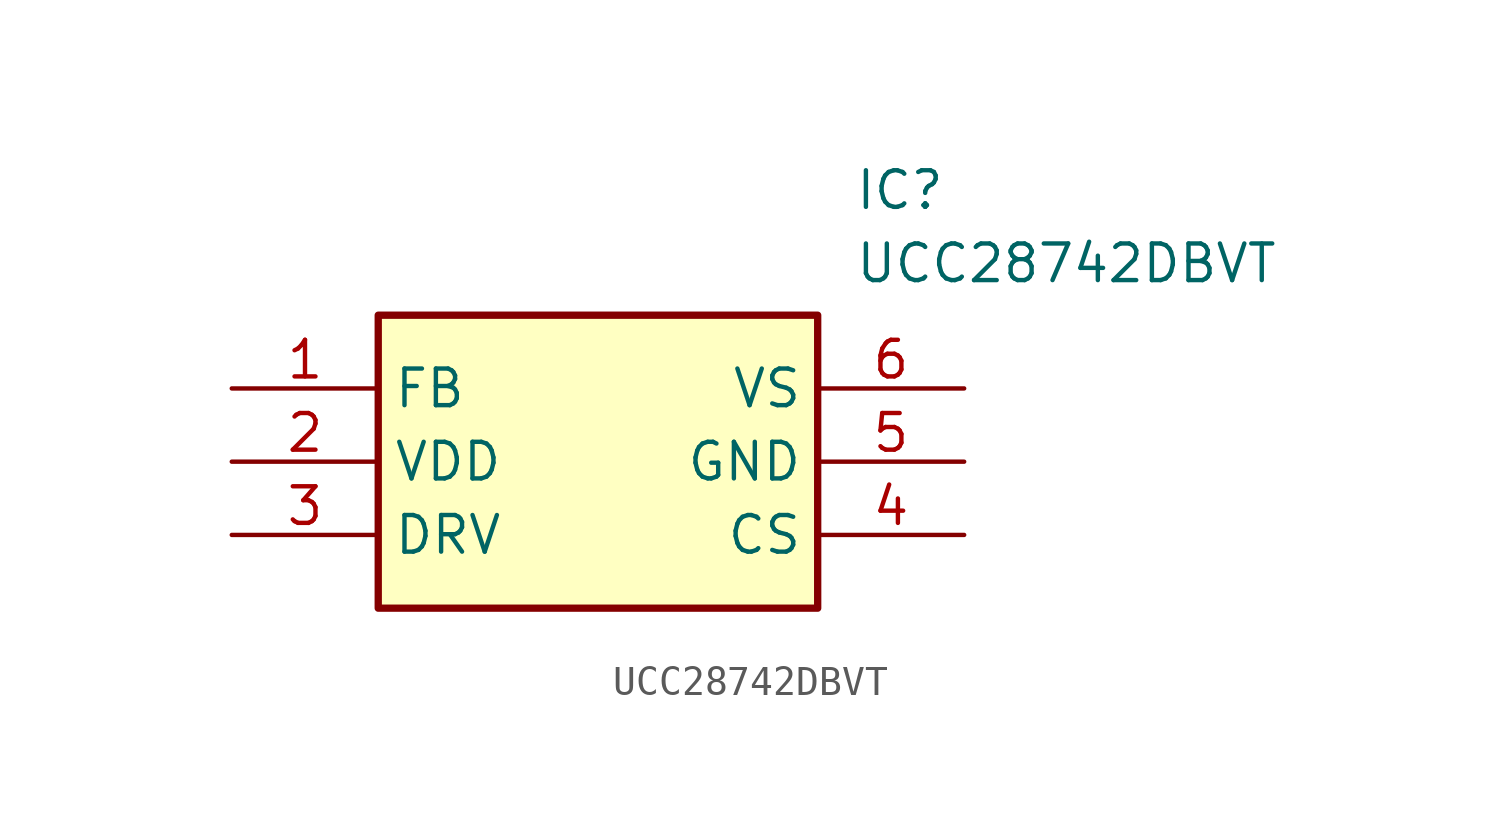
<source format=kicad_sym>
(kicad_symbol_lib
  (version 20211014)
  (generator SamacSys_ECAD_Model)
  (symbol "UCC28742DBVT"
    (property "Reference" "IC"
      (at 21.59 7.62 0)
      (effects (font (size 1.27 1.27)) (justify left top)))
    (property "Value" "UCC28742DBVT"
      (at 21.59 5.08 0)
      (effects (font (size 1.27 1.27)) (justify left top)))
    (rectangle
      (start 5.08 2.54)
      (end 20.32 -7.62)
      (stroke (width 0.254) (type default))
      (fill (type background)))
    (pin passive line
      (at 0 0 0)
      (length 5.08)
      (name "FB" (effects (font (size 1.27 1.27))))
      (number "1" (effects (font (size 1.27 1.27)))))
    (pin passive line
      (at 0 -2.54 0)
      (length 5.08)
      (name "VDD" (effects (font (size 1.27 1.27))))
      (number "2" (effects (font (size 1.27 1.27)))))
    (pin passive line
      (at 0 -5.08 0)
      (length 5.08)
      (name "DRV" (effects (font (size 1.27 1.27))))
      (number "3" (effects (font (size 1.27 1.27)))))
    (pin passive line
      (at 25.4 0 180)
      (length 5.08)
      (name "VS" (effects (font (size 1.27 1.27))))
      (number "6" (effects (font (size 1.27 1.27)))))
    (pin passive line
      (at 25.4 -2.54 180)
      (length 5.08)
      (name "GND" (effects (font (size 1.27 1.27))))
      (number "5" (effects (font (size 1.27 1.27)))))
    (pin passive line
      (at 25.4 -5.08 180)
      (length 5.08)
      (name "CS" (effects (font (size 1.27 1.27))))
      (number "4" (effects (font (size 1.27 1.27)))))))
</source>
